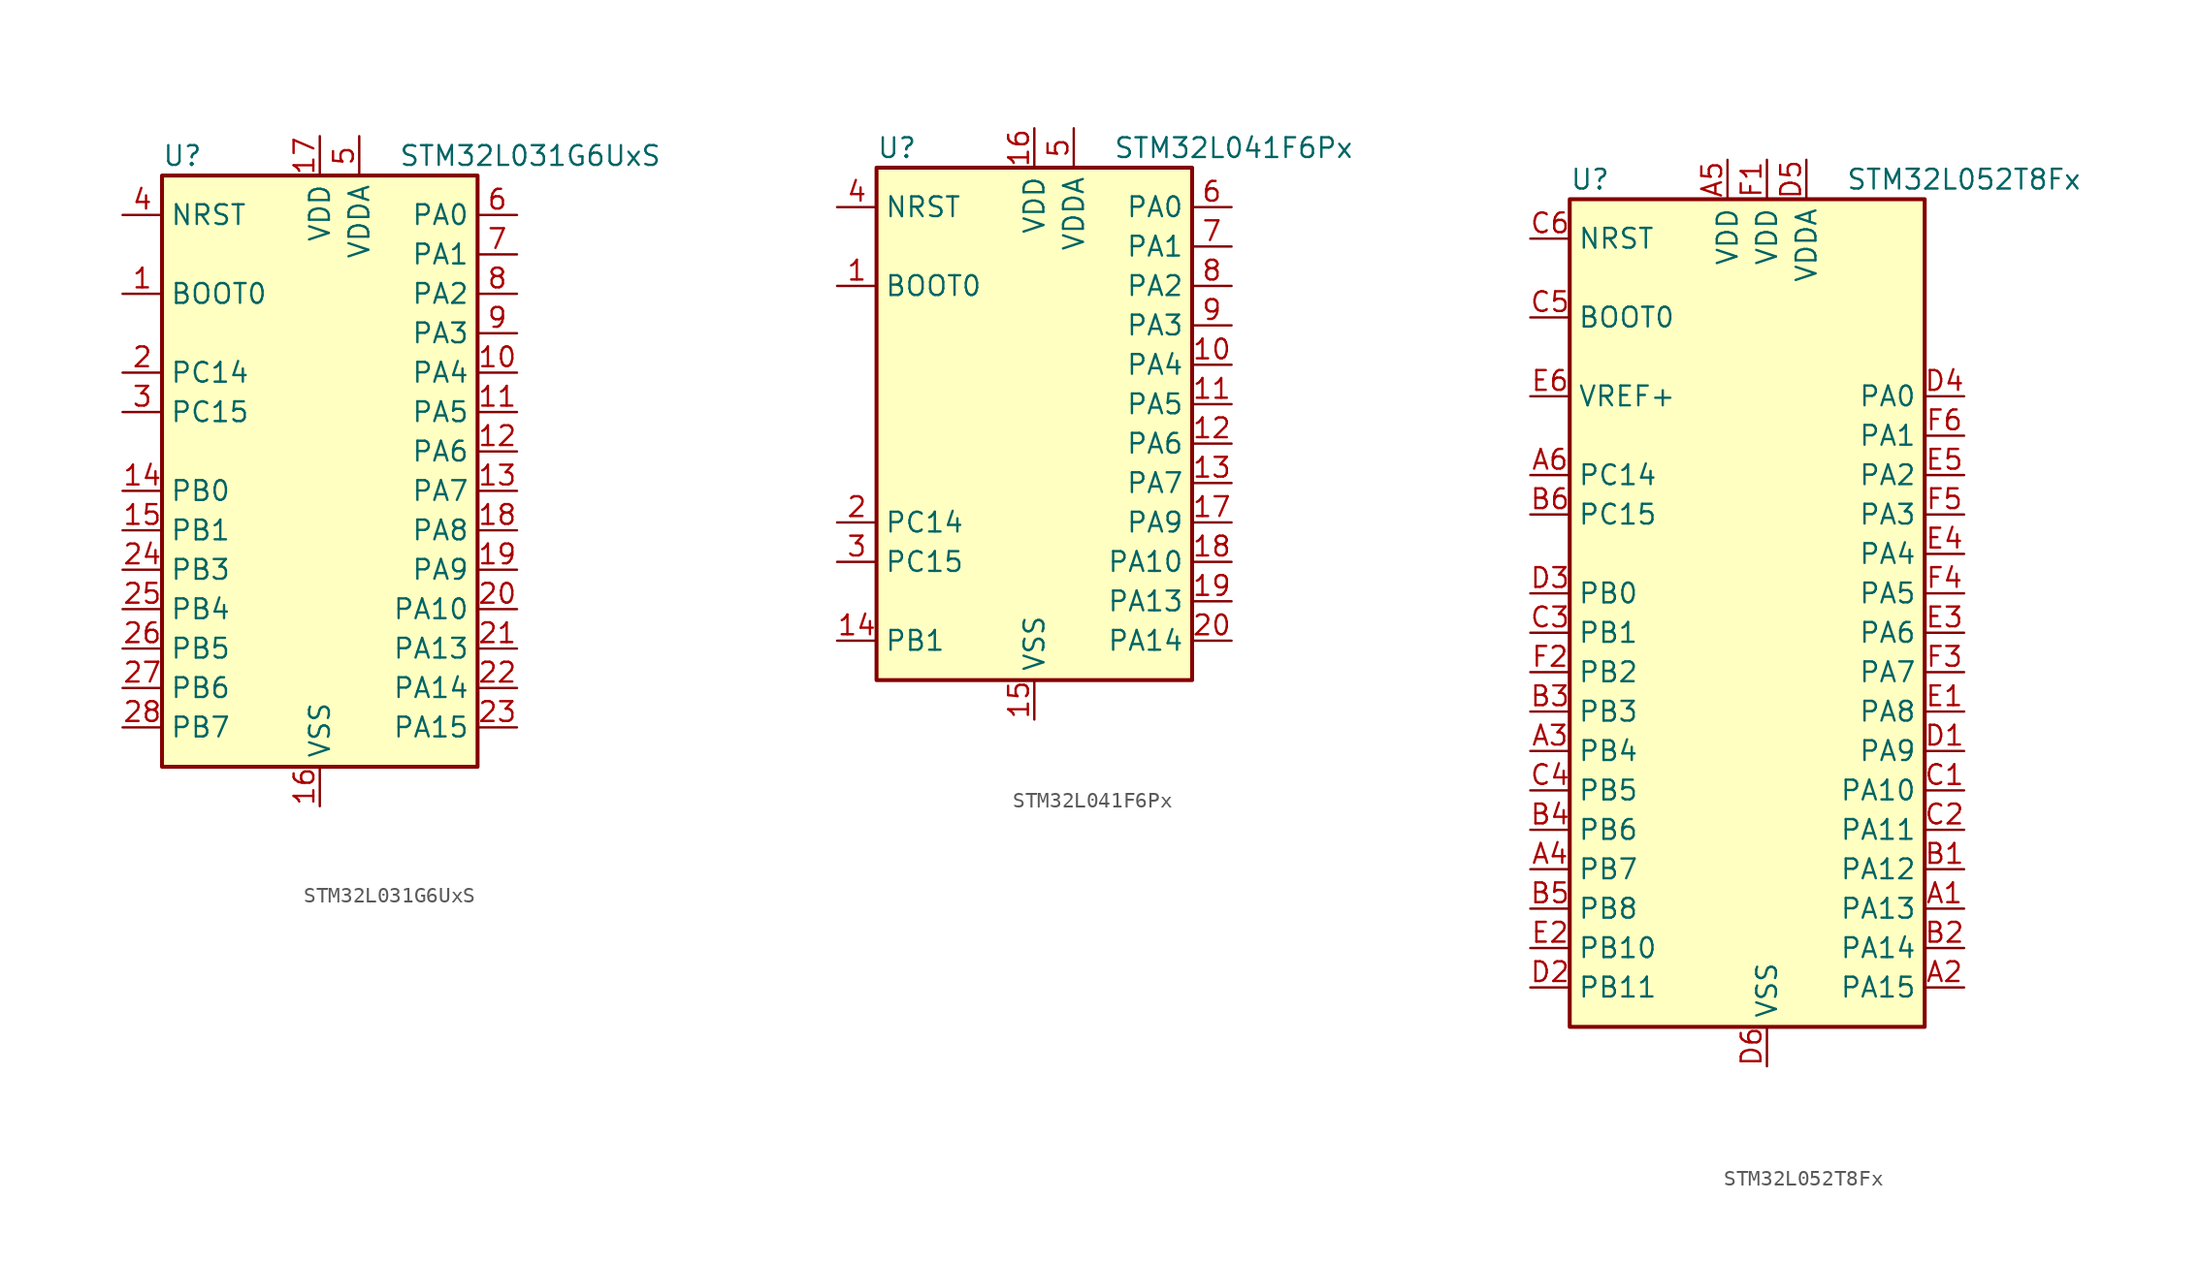
<source format=kicad_sym>
(kicad_symbol_lib
  (version 20201005)
  (generator kicad_symbol_editor)
  (symbol "MCU_ST_STM32L0:STM32L031G6UxS"
    (property "Reference" "U"
      (at -10.16 19.05 0)
      (effects (font (size 1.27 1.27)) (justify left)))
    (property "Value" "STM32L031G6UxS"
      (at 5.08 19.05 0)
      (effects (font (size 1.27 1.27)) (justify left)))
    (symbol "STM32L031G6UxS_0_1"
      (rectangle (start -10.16 -20.32) (end 10.16 17.78) (stroke (width 0.254)) (fill (type background))))
    (symbol "STM32L031G6UxS_1_1"
      (pin input line (at -12.7 10.16 0) (length 2.54) (name "BOOT0" (effects (font (size 1.27 1.27)))) (number "1" (effects (font (size 1.27 1.27)))))
      (pin input line (at -12.7 15.24 0) (length 2.54) (name "NRST" (effects (font (size 1.27 1.27)))) (number "4" (effects (font (size 1.27 1.27)))))
      (pin bidirectional line (at 12.7 15.24 180) (length 2.54) (name "PA0" (effects (font (size 1.27 1.27)))) (number "6" (effects (font (size 1.27 1.27)))))
      (pin bidirectional line (at 12.7 12.7 180) (length 2.54) (name "PA1" (effects (font (size 1.27 1.27)))) (number "7" (effects (font (size 1.27 1.27)))))
      (pin bidirectional line (at 12.7 -10.16 180) (length 2.54) (name "PA10" (effects (font (size 1.27 1.27)))) (number "20" (effects (font (size 1.27 1.27)))))
      (pin bidirectional line (at 12.7 -12.7 180) (length 2.54) (name "PA13" (effects (font (size 1.27 1.27)))) (number "21" (effects (font (size 1.27 1.27)))))
      (pin bidirectional line (at 12.7 -15.24 180) (length 2.54) (name "PA14" (effects (font (size 1.27 1.27)))) (number "22" (effects (font (size 1.27 1.27)))))
      (pin bidirectional line (at 12.7 -17.78 180) (length 2.54) (name "PA15" (effects (font (size 1.27 1.27)))) (number "23" (effects (font (size 1.27 1.27)))))
      (pin bidirectional line (at 12.7 10.16 180) (length 2.54) (name "PA2" (effects (font (size 1.27 1.27)))) (number "8" (effects (font (size 1.27 1.27)))))
      (pin bidirectional line (at 12.7 7.62 180) (length 2.54) (name "PA3" (effects (font (size 1.27 1.27)))) (number "9" (effects (font (size 1.27 1.27)))))
      (pin bidirectional line (at 12.7 5.08 180) (length 2.54) (name "PA4" (effects (font (size 1.27 1.27)))) (number "10" (effects (font (size 1.27 1.27)))))
      (pin bidirectional line (at 12.7 2.54 180) (length 2.54) (name "PA5" (effects (font (size 1.27 1.27)))) (number "11" (effects (font (size 1.27 1.27)))))
      (pin bidirectional line (at 12.7 0 180) (length 2.54) (name "PA6" (effects (font (size 1.27 1.27)))) (number "12" (effects (font (size 1.27 1.27)))))
      (pin bidirectional line (at 12.7 -2.54 180) (length 2.54) (name "PA7" (effects (font (size 1.27 1.27)))) (number "13" (effects (font (size 1.27 1.27)))))
      (pin bidirectional line (at 12.7 -5.08 180) (length 2.54) (name "PA8" (effects (font (size 1.27 1.27)))) (number "18" (effects (font (size 1.27 1.27)))))
      (pin bidirectional line (at 12.7 -7.62 180) (length 2.54) (name "PA9" (effects (font (size 1.27 1.27)))) (number "19" (effects (font (size 1.27 1.27)))))
      (pin bidirectional line (at -12.7 -2.54 0) (length 2.54) (name "PB0" (effects (font (size 1.27 1.27)))) (number "14" (effects (font (size 1.27 1.27)))))
      (pin bidirectional line (at -12.7 -5.08 0) (length 2.54) (name "PB1" (effects (font (size 1.27 1.27)))) (number "15" (effects (font (size 1.27 1.27)))))
      (pin bidirectional line (at -12.7 -7.62 0) (length 2.54) (name "PB3" (effects (font (size 1.27 1.27)))) (number "24" (effects (font (size 1.27 1.27)))))
      (pin bidirectional line (at -12.7 -10.16 0) (length 2.54) (name "PB4" (effects (font (size 1.27 1.27)))) (number "25" (effects (font (size 1.27 1.27)))))
      (pin bidirectional line (at -12.7 -12.7 0) (length 2.54) (name "PB5" (effects (font (size 1.27 1.27)))) (number "26" (effects (font (size 1.27 1.27)))))
      (pin bidirectional line (at -12.7 -15.24 0) (length 2.54) (name "PB6" (effects (font (size 1.27 1.27)))) (number "27" (effects (font (size 1.27 1.27)))))
      (pin bidirectional line (at -12.7 -17.78 0) (length 2.54) (name "PB7" (effects (font (size 1.27 1.27)))) (number "28" (effects (font (size 1.27 1.27)))))
      (pin bidirectional line (at -12.7 5.08 0) (length 2.54) (name "PC14" (effects (font (size 1.27 1.27)))) (number "2" (effects (font (size 1.27 1.27)))))
      (pin bidirectional line (at -12.7 2.54 0) (length 2.54) (name "PC15" (effects (font (size 1.27 1.27)))) (number "3" (effects (font (size 1.27 1.27)))))
      (pin power_in line (at 0 20.32 270) (length 2.54) (name "VDD" (effects (font (size 1.27 1.27)))) (number "17" (effects (font (size 1.27 1.27)))))
      (pin power_in line (at 2.54 20.32 270) (length 2.54) (name "VDDA" (effects (font (size 1.27 1.27)))) (number "5" (effects (font (size 1.27 1.27)))))
      (pin power_in line (at 0 -22.86 90) (length 2.54) (name "VSS" (effects (font (size 1.27 1.27)))) (number "16" (effects (font (size 1.27 1.27)))))))
  (symbol "MCU_ST_STM32L0:STM32L041F6Px"
    (property "Reference" "U"
      (at -10.16 16.51 0)
      (effects (font (size 1.27 1.27)) (justify left)))
    (property "Value" "STM32L041F6Px"
      (at 5.08 16.51 0)
      (effects (font (size 1.27 1.27)) (justify left)))
    (symbol "STM32L041F6Px_0_1"
      (rectangle (start -10.16 -17.78) (end 10.16 15.24) (stroke (width 0.254)) (fill (type background))))
    (symbol "STM32L041F6Px_1_1"
      (pin input line (at -12.7 7.62 0) (length 2.54) (name "BOOT0" (effects (font (size 1.27 1.27)))) (number "1" (effects (font (size 1.27 1.27)))))
      (pin input line (at -12.7 12.7 0) (length 2.54) (name "NRST" (effects (font (size 1.27 1.27)))) (number "4" (effects (font (size 1.27 1.27)))))
      (pin bidirectional line (at 12.7 12.7 180) (length 2.54) (name "PA0" (effects (font (size 1.27 1.27)))) (number "6" (effects (font (size 1.27 1.27)))))
      (pin bidirectional line (at 12.7 10.16 180) (length 2.54) (name "PA1" (effects (font (size 1.27 1.27)))) (number "7" (effects (font (size 1.27 1.27)))))
      (pin bidirectional line (at 12.7 -10.16 180) (length 2.54) (name "PA10" (effects (font (size 1.27 1.27)))) (number "18" (effects (font (size 1.27 1.27)))))
      (pin bidirectional line (at 12.7 -12.7 180) (length 2.54) (name "PA13" (effects (font (size 1.27 1.27)))) (number "19" (effects (font (size 1.27 1.27)))))
      (pin bidirectional line (at 12.7 -15.24 180) (length 2.54) (name "PA14" (effects (font (size 1.27 1.27)))) (number "20" (effects (font (size 1.27 1.27)))))
      (pin bidirectional line (at 12.7 7.62 180) (length 2.54) (name "PA2" (effects (font (size 1.27 1.27)))) (number "8" (effects (font (size 1.27 1.27)))))
      (pin bidirectional line (at 12.7 5.08 180) (length 2.54) (name "PA3" (effects (font (size 1.27 1.27)))) (number "9" (effects (font (size 1.27 1.27)))))
      (pin bidirectional line (at 12.7 2.54 180) (length 2.54) (name "PA4" (effects (font (size 1.27 1.27)))) (number "10" (effects (font (size 1.27 1.27)))))
      (pin bidirectional line (at 12.7 0 180) (length 2.54) (name "PA5" (effects (font (size 1.27 1.27)))) (number "11" (effects (font (size 1.27 1.27)))))
      (pin bidirectional line (at 12.7 -2.54 180) (length 2.54) (name "PA6" (effects (font (size 1.27 1.27)))) (number "12" (effects (font (size 1.27 1.27)))))
      (pin bidirectional line (at 12.7 -5.08 180) (length 2.54) (name "PA7" (effects (font (size 1.27 1.27)))) (number "13" (effects (font (size 1.27 1.27)))))
      (pin bidirectional line (at 12.7 -7.62 180) (length 2.54) (name "PA9" (effects (font (size 1.27 1.27)))) (number "17" (effects (font (size 1.27 1.27)))))
      (pin bidirectional line (at -12.7 -15.24 0) (length 2.54) (name "PB1" (effects (font (size 1.27 1.27)))) (number "14" (effects (font (size 1.27 1.27)))))
      (pin bidirectional line (at -12.7 -7.62 0) (length 2.54) (name "PC14" (effects (font (size 1.27 1.27)))) (number "2" (effects (font (size 1.27 1.27)))))
      (pin bidirectional line (at -12.7 -10.16 0) (length 2.54) (name "PC15" (effects (font (size 1.27 1.27)))) (number "3" (effects (font (size 1.27 1.27)))))
      (pin power_in line (at 0 17.78 270) (length 2.54) (name "VDD" (effects (font (size 1.27 1.27)))) (number "16" (effects (font (size 1.27 1.27)))))
      (pin power_in line (at 2.54 17.78 270) (length 2.54) (name "VDDA" (effects (font (size 1.27 1.27)))) (number "5" (effects (font (size 1.27 1.27)))))
      (pin power_in line (at 0 -20.32 90) (length 2.54) (name "VSS" (effects (font (size 1.27 1.27)))) (number "15" (effects (font (size 1.27 1.27)))))))
  (symbol "MCU_ST_STM32L0:STM32L052T8Fx"
    (property "Reference" "U"
      (at -12.7 26.67 0)
      (effects (font (size 1.27 1.27)) (justify left)))
    (property "Value" "STM32L052T8Fx"
      (at 5.08 26.67 0)
      (effects (font (size 1.27 1.27)) (justify left)))
    (symbol "STM32L052T8Fx_0_1"
      (rectangle (start -12.7 -27.94) (end 10.16 25.4) (stroke (width 0.254)) (fill (type background))))
    (symbol "STM32L052T8Fx_1_1"
      (pin input line (at -15.24 17.78 0) (length 2.54) (name "BOOT0" (effects (font (size 1.27 1.27)))) (number "C5" (effects (font (size 1.27 1.27)))))
      (pin input line (at -15.24 22.86 0) (length 2.54) (name "NRST" (effects (font (size 1.27 1.27)))) (number "C6" (effects (font (size 1.27 1.27)))))
      (pin bidirectional line (at 12.7 12.7 180) (length 2.54) (name "PA0" (effects (font (size 1.27 1.27)))) (number "D4" (effects (font (size 1.27 1.27)))))
      (pin bidirectional line (at 12.7 10.16 180) (length 2.54) (name "PA1" (effects (font (size 1.27 1.27)))) (number "F6" (effects (font (size 1.27 1.27)))))
      (pin bidirectional line (at 12.7 -12.7 180) (length 2.54) (name "PA10" (effects (font (size 1.27 1.27)))) (number "C1" (effects (font (size 1.27 1.27)))))
      (pin bidirectional line (at 12.7 -15.24 180) (length 2.54) (name "PA11" (effects (font (size 1.27 1.27)))) (number "C2" (effects (font (size 1.27 1.27)))))
      (pin bidirectional line (at 12.7 -17.78 180) (length 2.54) (name "PA12" (effects (font (size 1.27 1.27)))) (number "B1" (effects (font (size 1.27 1.27)))))
      (pin bidirectional line (at 12.7 -20.32 180) (length 2.54) (name "PA13" (effects (font (size 1.27 1.27)))) (number "A1" (effects (font (size 1.27 1.27)))))
      (pin bidirectional line (at 12.7 -22.86 180) (length 2.54) (name "PA14" (effects (font (size 1.27 1.27)))) (number "B2" (effects (font (size 1.27 1.27)))))
      (pin bidirectional line (at 12.7 -25.4 180) (length 2.54) (name "PA15" (effects (font (size 1.27 1.27)))) (number "A2" (effects (font (size 1.27 1.27)))))
      (pin bidirectional line (at 12.7 7.62 180) (length 2.54) (name "PA2" (effects (font (size 1.27 1.27)))) (number "E5" (effects (font (size 1.27 1.27)))))
      (pin bidirectional line (at 12.7 5.08 180) (length 2.54) (name "PA3" (effects (font (size 1.27 1.27)))) (number "F5" (effects (font (size 1.27 1.27)))))
      (pin bidirectional line (at 12.7 2.54 180) (length 2.54) (name "PA4" (effects (font (size 1.27 1.27)))) (number "E4" (effects (font (size 1.27 1.27)))))
      (pin bidirectional line (at 12.7 0 180) (length 2.54) (name "PA5" (effects (font (size 1.27 1.27)))) (number "F4" (effects (font (size 1.27 1.27)))))
      (pin bidirectional line (at 12.7 -2.54 180) (length 2.54) (name "PA6" (effects (font (size 1.27 1.27)))) (number "E3" (effects (font (size 1.27 1.27)))))
      (pin bidirectional line (at 12.7 -5.08 180) (length 2.54) (name "PA7" (effects (font (size 1.27 1.27)))) (number "F3" (effects (font (size 1.27 1.27)))))
      (pin bidirectional line (at 12.7 -7.62 180) (length 2.54) (name "PA8" (effects (font (size 1.27 1.27)))) (number "E1" (effects (font (size 1.27 1.27)))))
      (pin bidirectional line (at 12.7 -10.16 180) (length 2.54) (name "PA9" (effects (font (size 1.27 1.27)))) (number "D1" (effects (font (size 1.27 1.27)))))
      (pin bidirectional line (at -15.24 0 0) (length 2.54) (name "PB0" (effects (font (size 1.27 1.27)))) (number "D3" (effects (font (size 1.27 1.27)))))
      (pin bidirectional line (at -15.24 -2.54 0) (length 2.54) (name "PB1" (effects (font (size 1.27 1.27)))) (number "C3" (effects (font (size 1.27 1.27)))))
      (pin bidirectional line (at -15.24 -22.86 0) (length 2.54) (name "PB10" (effects (font (size 1.27 1.27)))) (number "E2" (effects (font (size 1.27 1.27)))))
      (pin bidirectional line (at -15.24 -25.4 0) (length 2.54) (name "PB11" (effects (font (size 1.27 1.27)))) (number "D2" (effects (font (size 1.27 1.27)))))
      (pin bidirectional line (at -15.24 -5.08 0) (length 2.54) (name "PB2" (effects (font (size 1.27 1.27)))) (number "F2" (effects (font (size 1.27 1.27)))))
      (pin bidirectional line (at -15.24 -7.62 0) (length 2.54) (name "PB3" (effects (font (size 1.27 1.27)))) (number "B3" (effects (font (size 1.27 1.27)))))
      (pin bidirectional line (at -15.24 -10.16 0) (length 2.54) (name "PB4" (effects (font (size 1.27 1.27)))) (number "A3" (effects (font (size 1.27 1.27)))))
      (pin bidirectional line (at -15.24 -12.7 0) (length 2.54) (name "PB5" (effects (font (size 1.27 1.27)))) (number "C4" (effects (font (size 1.27 1.27)))))
      (pin bidirectional line (at -15.24 -15.24 0) (length 2.54) (name "PB6" (effects (font (size 1.27 1.27)))) (number "B4" (effects (font (size 1.27 1.27)))))
      (pin bidirectional line (at -15.24 -17.78 0) (length 2.54) (name "PB7" (effects (font (size 1.27 1.27)))) (number "A4" (effects (font (size 1.27 1.27)))))
      (pin bidirectional line (at -15.24 -20.32 0) (length 2.54) (name "PB8" (effects (font (size 1.27 1.27)))) (number "B5" (effects (font (size 1.27 1.27)))))
      (pin bidirectional line (at -15.24 7.62 0) (length 2.54) (name "PC14" (effects (font (size 1.27 1.27)))) (number "A6" (effects (font (size 1.27 1.27)))))
      (pin bidirectional line (at -15.24 5.08 0) (length 2.54) (name "PC15" (effects (font (size 1.27 1.27)))) (number "B6" (effects (font (size 1.27 1.27)))))
      (pin power_in line (at -2.54 27.94 270) (length 2.54) (name "VDD" (effects (font (size 1.27 1.27)))) (number "A5" (effects (font (size 1.27 1.27)))))
      (pin power_in line (at 0 27.94 270) (length 2.54) (name "VDD" (effects (font (size 1.27 1.27)))) (number "F1" (effects (font (size 1.27 1.27)))))
      (pin power_in line (at 2.54 27.94 270) (length 2.54) (name "VDDA" (effects (font (size 1.27 1.27)))) (number "D5" (effects (font (size 1.27 1.27)))))
      (pin power_in line (at -15.24 12.7 0) (length 2.54) (name "VREF+" (effects (font (size 1.27 1.27)))) (number "E6" (effects (font (size 1.27 1.27)))))
      (pin power_in line (at 0 -30.48 90) (length 2.54) (name "VSS" (effects (font (size 1.27 1.27)))) (number "D6" (effects (font (size 1.27 1.27))))))))
</source>
